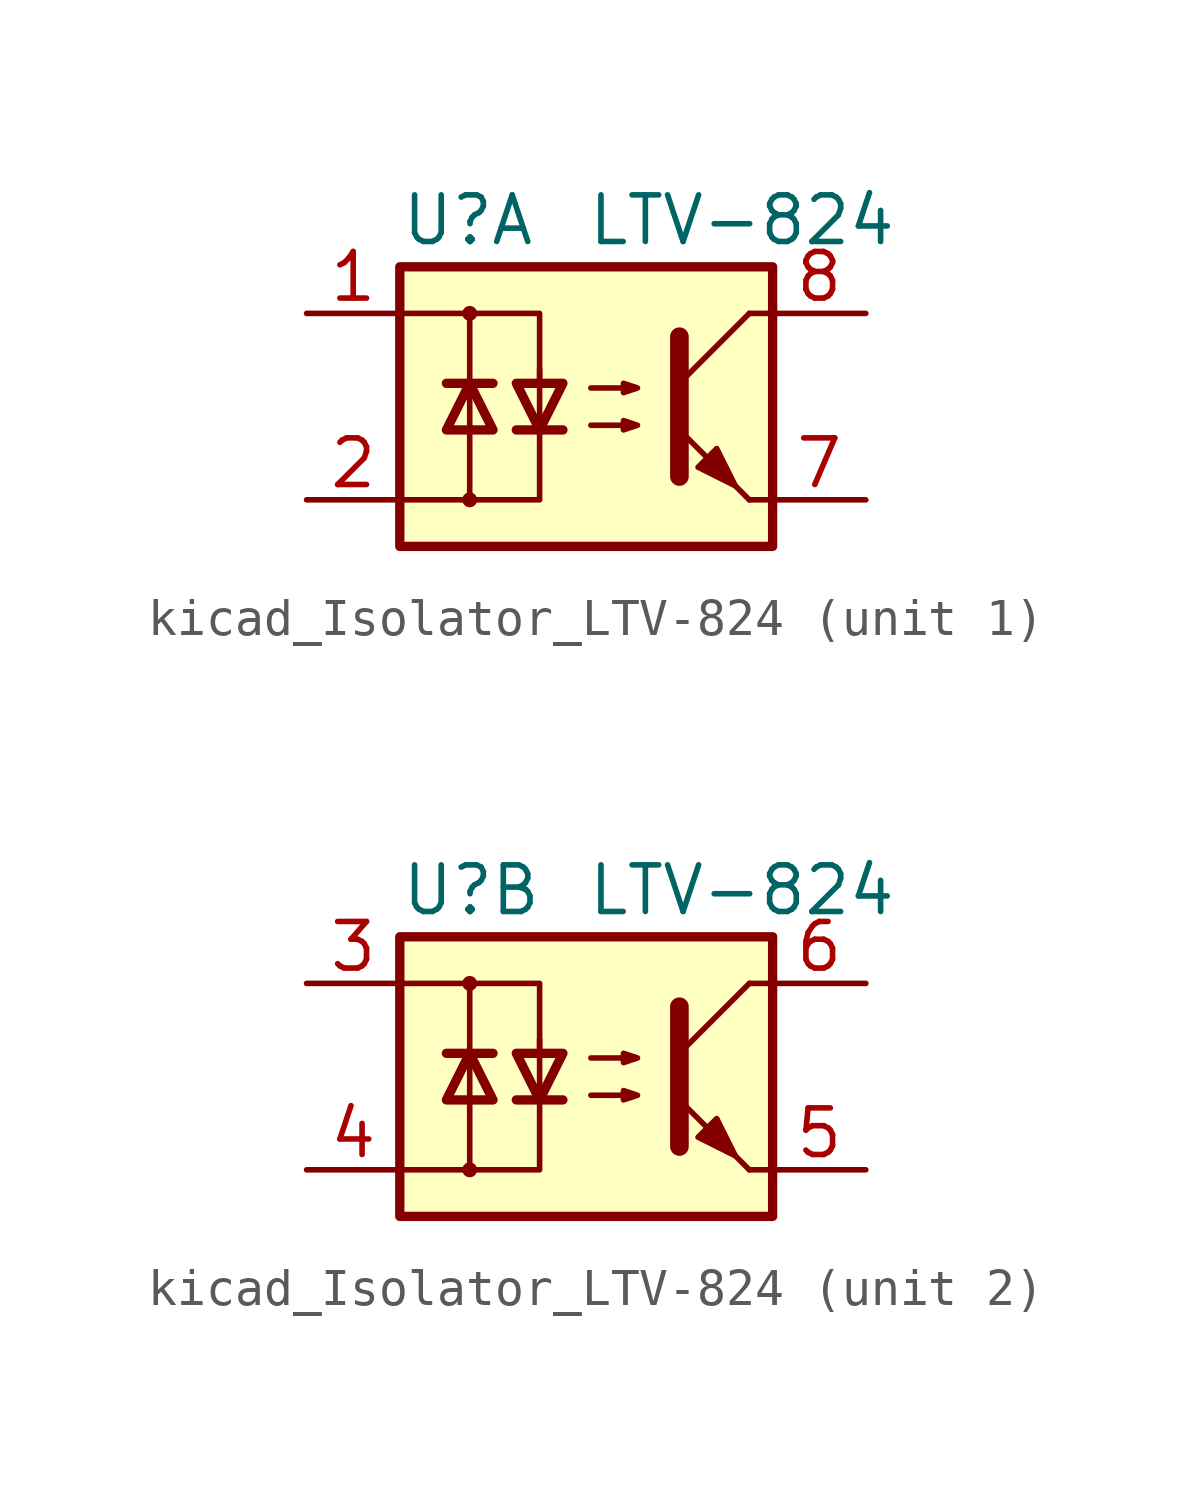
<source format=kicad_sym>
(kicad_symbol_lib
  (version 20220914)
  (generator kicad_symbol_editor)
  (symbol "kicad_Isolator_LTV-824"
    (pin_names
      (offset 1.016))
    (property "Reference" "U"
      (at -5.08 5.08 0)
      (effects (font (size 1.27 1.27)) (justify left)))
    (property "Value" "LTV-824"
      (at 0 5.08 0)
      (effects (font (size 1.27 1.27)) (justify left)))
    (symbol "kicad_Isolator_LTV-824_0_1"
      (rectangle (start -5.08 3.81) (end 5.08 -3.81) (stroke (width 0.254) (type default)) (fill (type background)))
      (circle (center -3.175 -2.54) (radius 0.127) (stroke (width 0) (type default)) (fill (type none)))
      (circle (center -3.175 2.54) (radius 0.127) (stroke (width 0) (type default)) (fill (type none)))
      (polyline (pts (xy -3.81 0.635) (xy -2.54 0.635)) (stroke (width 0.254) (type default)) (fill (type none)))
      (polyline (pts (xy -3.175 0.635) (xy -3.175 -2.54)) (stroke (width 0) (type default)) (fill (type none)))
      (polyline (pts (xy -3.175 0.635) (xy -3.175 2.54)) (stroke (width 0) (type default)) (fill (type none)))
      (polyline (pts (xy -1.905 -0.635) (xy -0.635 -0.635)) (stroke (width 0.254) (type default)) (fill (type none)))
      (polyline (pts (xy 2.54 0.635) (xy 4.445 2.54)) (stroke (width 0) (type default)) (fill (type none)))
      (polyline (pts (xy 4.445 -2.54) (xy 2.54 -0.635)) (stroke (width 0) (type default)) (fill (type outline)))
      (polyline (pts (xy 4.445 -2.54) (xy 5.08 -2.54)) (stroke (width 0) (type default)) (fill (type none)))
      (polyline (pts (xy 4.445 2.54) (xy 5.08 2.54)) (stroke (width 0) (type default)) (fill (type none)))
      (polyline (pts (xy -5.08 2.54) (xy -1.27 2.54) (xy -1.27 0.635)) (stroke (width 0) (type default)) (fill (type none)))
      (polyline (pts (xy -1.27 1.016) (xy -1.27 -2.54) (xy -5.08 -2.54)) (stroke (width 0) (type default)) (fill (type none)))
      (polyline (pts (xy 2.54 1.905) (xy 2.54 -1.905) (xy 2.54 -1.905)) (stroke (width 0.508) (type default)) (fill (type none)))
      (polyline (pts (xy -3.175 0.635) (xy -3.81 -0.635) (xy -2.54 -0.635) (xy -3.175 0.635)) (stroke (width 0.254) (type default)) (fill (type none)))
      (polyline (pts (xy -1.27 -0.635) (xy -1.905 0.635) (xy -0.635 0.635) (xy -1.27 -0.635)) (stroke (width 0.254) (type default)) (fill (type none)))
      (polyline (pts (xy 0.127 -0.508) (xy 1.397 -0.508) (xy 1.016 -0.635) (xy 1.016 -0.381) (xy 1.397 -0.508)) (stroke (width 0) (type default)) (fill (type none)))
      (polyline (pts (xy 0.127 0.508) (xy 1.397 0.508) (xy 1.016 0.381) (xy 1.016 0.635) (xy 1.397 0.508)) (stroke (width 0) (type default)) (fill (type none)))
      (polyline (pts (xy 3.048 -1.651) (xy 3.556 -1.143) (xy 4.064 -2.159) (xy 3.048 -1.651) (xy 3.048 -1.651)) (stroke (width 0) (type default)) (fill (type outline))))
    (symbol "kicad_Isolator_LTV-824_1_1"
      (pin passive line (at -7.62 2.54 0) (length 2.54) (name "~" (effects (font (size 1.27 1.27)))) (number "1" (effects (font (size 1.27 1.27)))))
      (pin passive line (at -7.62 -2.54 0) (length 2.54) (name "~" (effects (font (size 1.27 1.27)))) (number "2" (effects (font (size 1.27 1.27)))))
      (pin passive line (at 7.62 -2.54 180) (length 2.54) (name "~" (effects (font (size 1.27 1.27)))) (number "7" (effects (font (size 1.27 1.27)))))
      (pin passive line (at 7.62 2.54 180) (length 2.54) (name "~" (effects (font (size 1.27 1.27)))) (number "8" (effects (font (size 1.27 1.27))))))
    (symbol "kicad_Isolator_LTV-824_2_1"
      (pin passive line (at -7.62 2.54 0) (length 2.54) (name "~" (effects (font (size 1.27 1.27)))) (number "3" (effects (font (size 1.27 1.27)))))
      (pin passive line (at -7.62 -2.54 0) (length 2.54) (name "~" (effects (font (size 1.27 1.27)))) (number "4" (effects (font (size 1.27 1.27)))))
      (pin passive line (at 7.62 -2.54 180) (length 2.54) (name "~" (effects (font (size 1.27 1.27)))) (number "5" (effects (font (size 1.27 1.27)))))
      (pin passive line (at 7.62 2.54 180) (length 2.54) (name "~" (effects (font (size 1.27 1.27)))) (number "6" (effects (font (size 1.27 1.27))))))))
</source>
